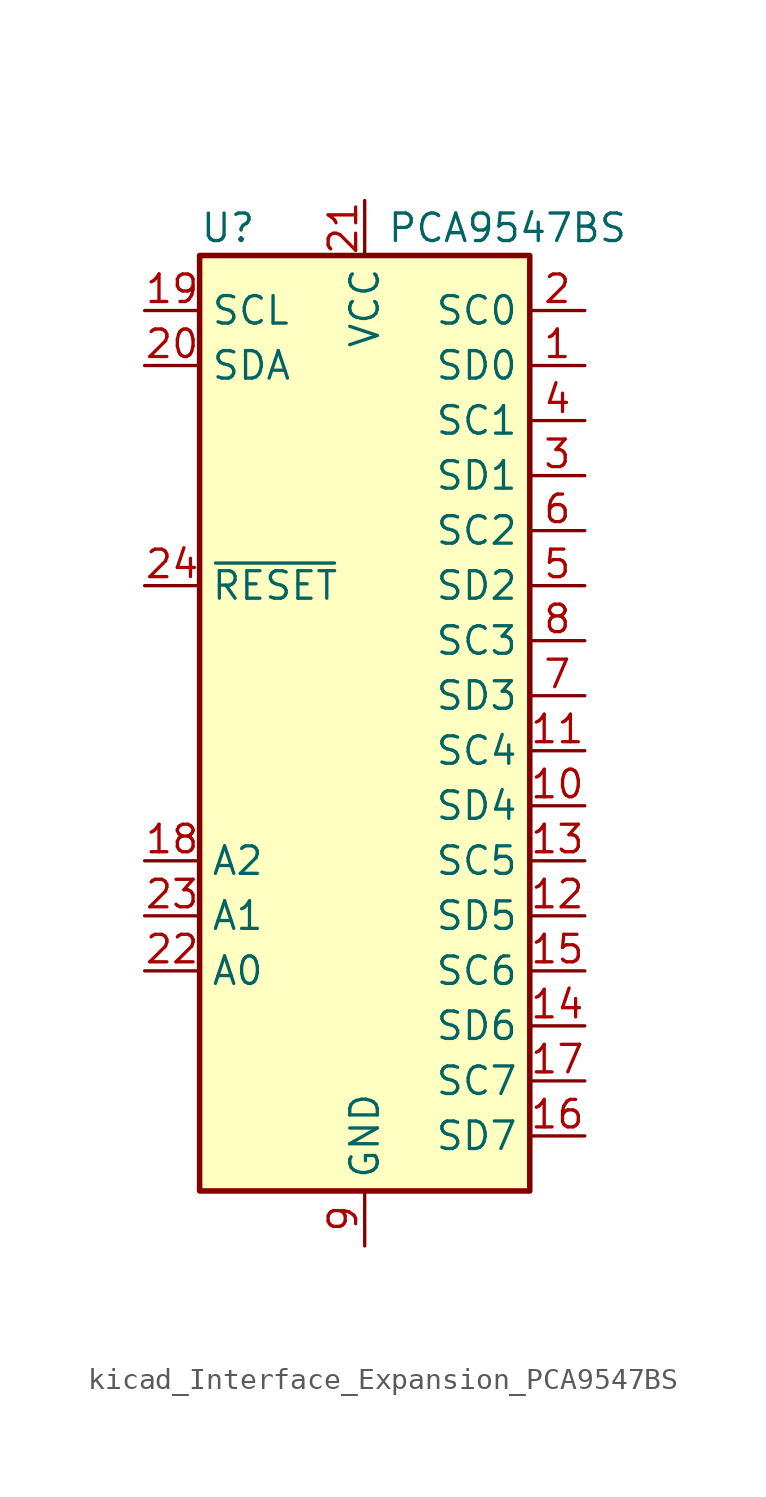
<source format=kicad_sym>
(kicad_symbol_lib
  (version 20220914)
  (generator kicad_symbol_editor)
  (symbol "kicad_Interface_Expansion_PCA9547BS"
    (property "Reference" "U"
      (at -7.62 21.59 0)
      (effects (font (size 1.27 1.27)) (justify left)))
    (property "Value" "PCA9547BS"
      (at 1.016 21.59 0)
      (effects (font (size 1.27 1.27)) (justify left)))
    (symbol "kicad_Interface_Expansion_PCA9547BS_0_1"
      (rectangle (start -7.62 20.32) (end 7.62 -22.86) (stroke (width 0.254) (type default)) (fill (type background))))
    (symbol "kicad_Interface_Expansion_PCA9547BS_1_1"
      (pin bidirectional line (at 10.16 15.24 180) (length 2.54) (name "SD0" (effects (font (size 1.27 1.27)))) (number "1" (effects (font (size 1.27 1.27)))))
      (pin bidirectional line (at 10.16 -5.08 180) (length 2.54) (name "SD4" (effects (font (size 1.27 1.27)))) (number "10" (effects (font (size 1.27 1.27)))))
      (pin output line (at 10.16 -2.54 180) (length 2.54) (name "SC4" (effects (font (size 1.27 1.27)))) (number "11" (effects (font (size 1.27 1.27)))))
      (pin bidirectional line (at 10.16 -10.16 180) (length 2.54) (name "SD5" (effects (font (size 1.27 1.27)))) (number "12" (effects (font (size 1.27 1.27)))))
      (pin output line (at 10.16 -7.62 180) (length 2.54) (name "SC5" (effects (font (size 1.27 1.27)))) (number "13" (effects (font (size 1.27 1.27)))))
      (pin bidirectional line (at 10.16 -15.24 180) (length 2.54) (name "SD6" (effects (font (size 1.27 1.27)))) (number "14" (effects (font (size 1.27 1.27)))))
      (pin output line (at 10.16 -12.7 180) (length 2.54) (name "SC6" (effects (font (size 1.27 1.27)))) (number "15" (effects (font (size 1.27 1.27)))))
      (pin bidirectional line (at 10.16 -20.32 180) (length 2.54) (name "SD7" (effects (font (size 1.27 1.27)))) (number "16" (effects (font (size 1.27 1.27)))))
      (pin output line (at 10.16 -17.78 180) (length 2.54) (name "SC7" (effects (font (size 1.27 1.27)))) (number "17" (effects (font (size 1.27 1.27)))))
      (pin input line (at -10.16 -7.62 0) (length 2.54) (name "A2" (effects (font (size 1.27 1.27)))) (number "18" (effects (font (size 1.27 1.27)))))
      (pin input line (at -10.16 17.78 0) (length 2.54) (name "SCL" (effects (font (size 1.27 1.27)))) (number "19" (effects (font (size 1.27 1.27)))))
      (pin output line (at 10.16 17.78 180) (length 2.54) (name "SC0" (effects (font (size 1.27 1.27)))) (number "2" (effects (font (size 1.27 1.27)))))
      (pin bidirectional line (at -10.16 15.24 0) (length 2.54) (name "SDA" (effects (font (size 1.27 1.27)))) (number "20" (effects (font (size 1.27 1.27)))))
      (pin power_in line (at 0 22.86 270) (length 2.54) (name "VCC" (effects (font (size 1.27 1.27)))) (number "21" (effects (font (size 1.27 1.27)))))
      (pin input line (at -10.16 -12.7 0) (length 2.54) (name "A0" (effects (font (size 1.27 1.27)))) (number "22" (effects (font (size 1.27 1.27)))))
      (pin input line (at -10.16 -10.16 0) (length 2.54) (name "A1" (effects (font (size 1.27 1.27)))) (number "23" (effects (font (size 1.27 1.27)))))
      (pin input line (at -10.16 5.08 0) (length 2.54) (name "~{RESET}" (effects (font (size 1.27 1.27)))) (number "24" (effects (font (size 1.27 1.27)))))
      (pin passive line (at 0 -25.4 90) (length 2.54) hide (name "GND" (effects (font (size 1.27 1.27)))) (number "25" (effects (font (size 1.27 1.27)))))
      (pin bidirectional line (at 10.16 10.16 180) (length 2.54) (name "SD1" (effects (font (size 1.27 1.27)))) (number "3" (effects (font (size 1.27 1.27)))))
      (pin output line (at 10.16 12.7 180) (length 2.54) (name "SC1" (effects (font (size 1.27 1.27)))) (number "4" (effects (font (size 1.27 1.27)))))
      (pin bidirectional line (at 10.16 5.08 180) (length 2.54) (name "SD2" (effects (font (size 1.27 1.27)))) (number "5" (effects (font (size 1.27 1.27)))))
      (pin output line (at 10.16 7.62 180) (length 2.54) (name "SC2" (effects (font (size 1.27 1.27)))) (number "6" (effects (font (size 1.27 1.27)))))
      (pin bidirectional line (at 10.16 0 180) (length 2.54) (name "SD3" (effects (font (size 1.27 1.27)))) (number "7" (effects (font (size 1.27 1.27)))))
      (pin output line (at 10.16 2.54 180) (length 2.54) (name "SC3" (effects (font (size 1.27 1.27)))) (number "8" (effects (font (size 1.27 1.27)))))
      (pin power_in line (at 0 -25.4 90) (length 2.54) (name "GND" (effects (font (size 1.27 1.27)))) (number "9" (effects (font (size 1.27 1.27))))))))
</source>
